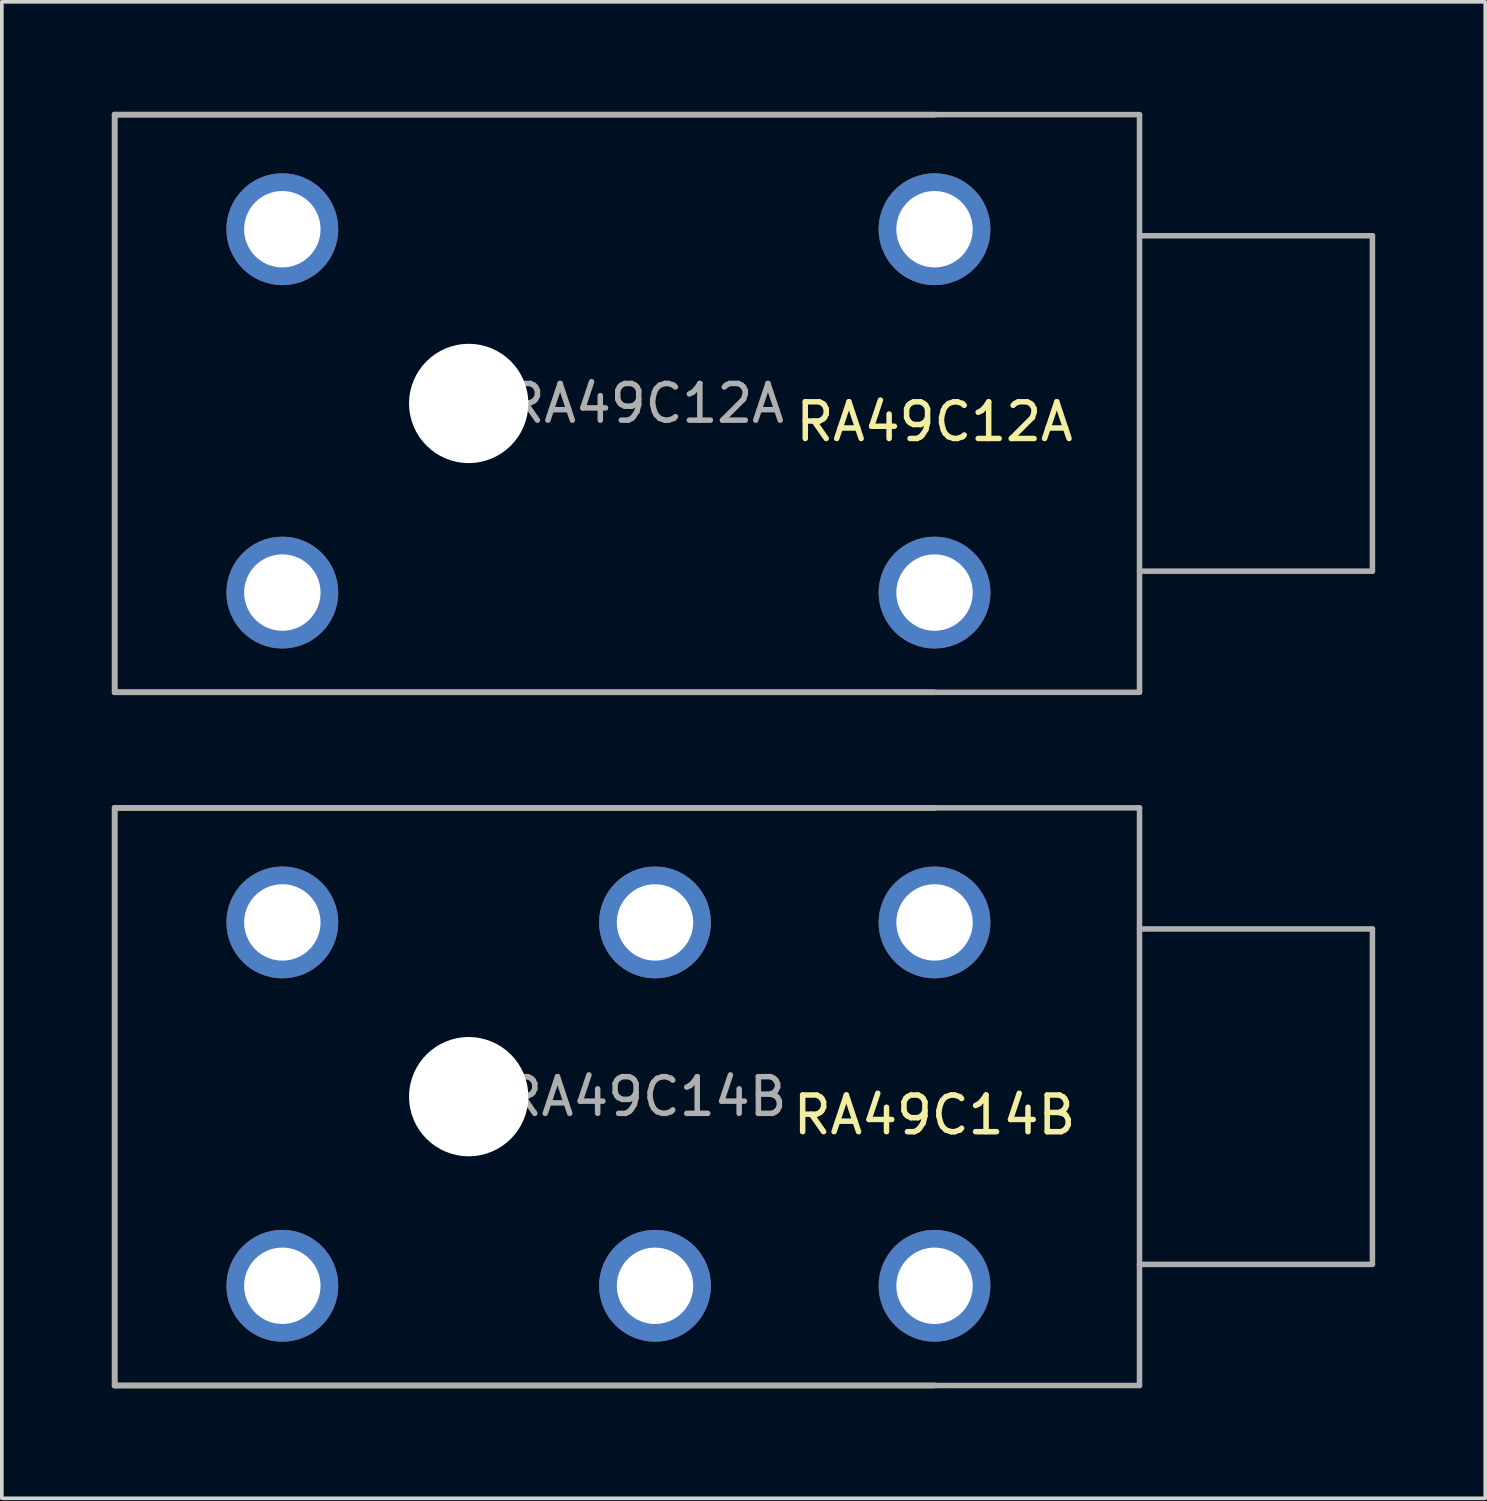
<source format=kicad_pcb>
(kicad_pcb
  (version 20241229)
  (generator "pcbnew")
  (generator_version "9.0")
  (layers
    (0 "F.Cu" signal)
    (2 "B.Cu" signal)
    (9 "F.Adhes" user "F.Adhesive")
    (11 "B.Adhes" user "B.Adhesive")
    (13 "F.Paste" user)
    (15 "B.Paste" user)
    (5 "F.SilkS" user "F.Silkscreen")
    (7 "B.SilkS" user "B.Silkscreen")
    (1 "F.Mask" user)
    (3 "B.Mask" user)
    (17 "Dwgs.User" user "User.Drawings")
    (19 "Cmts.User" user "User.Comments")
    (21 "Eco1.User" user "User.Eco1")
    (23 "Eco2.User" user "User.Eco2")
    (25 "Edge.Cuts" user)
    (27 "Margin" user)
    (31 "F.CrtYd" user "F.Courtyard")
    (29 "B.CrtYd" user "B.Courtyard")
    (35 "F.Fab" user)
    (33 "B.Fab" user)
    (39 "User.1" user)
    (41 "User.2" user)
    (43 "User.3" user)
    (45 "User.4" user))
  (footprint "RA49C14B"
    (layer "F.Cu")
    (at 22.427 26.847)
    (property "Reference" "RA49C14B" (at 0 0.5 0) (layer "F.SilkS") (effects (font (size 1 1) (thickness 0.15))))
    (attr through_hole)
    (fp_line (start -22.352 -7.874) (end -22.352 7.874) (stroke (width 0.15) (type solid)) (layer "F.SilkS"))
    (fp_line (start 0 -7.874) (end -22.352 -7.874) (stroke (width 0.15) (type solid)) (layer "F.SilkS"))
    (fp_line (start 0 7.874) (end -22.352 7.874) (stroke (width 0.15) (type solid)) (layer "F.SilkS"))
    (fp_line (start -22.352 -7.874) (end 5.588 -7.874) (stroke (width 0.15) (type solid)) (layer "F.Fab"))
    (fp_line (start -22.352 7.874) (end -22.352 -7.874) (stroke (width 0.15) (type solid)) (layer "F.Fab"))
    (fp_line (start 5.588 -7.874) (end 5.588 7.874) (stroke (width 0.15) (type solid)) (layer "F.Fab"))
    (fp_line (start 5.588 -4.572) (end 11.938 -4.572) (stroke (width 0.15) (type solid)) (layer "F.Fab"))
    (fp_line (start 5.588 4.572) (end 11.938 4.572) (stroke (width 0.15) (type solid)) (layer "F.Fab"))
    (fp_line (start 5.588 7.874) (end -22.352 7.874) (stroke (width 0.15) (type solid)) (layer "F.Fab"))
    (fp_line (start 11.938 4.572) (end 11.938 -4.572) (stroke (width 0.15) (type solid)) (layer "F.Fab"))
    (fp_text user "${REFERENCE}" (at -7.874 0 0) (layer "F.Fab") (effects (font (size 1 1) (thickness 0.15))))
    (pad "" np_thru_hole circle (at -12.7 0) (size 3.251 3.251) (drill 3.251) (layers "*.Cu" "*.Mask"))
    (pad "1" thru_hole circle (at -17.78 -4.75) (size 3.048 3.048) (drill 2.083) (layers "*.Cu" "*.Mask"))
    (pad "2" thru_hole circle (at -17.78 5.156) (size 3.048 3.048) (drill 2.083) (layers "*.Cu" "*.Mask"))
    (pad "3" thru_hole circle (at -7.62 -4.75) (size 3.048 3.048) (drill 2.083) (layers "*.Cu" "*.Mask"))
    (pad "4" thru_hole circle (at -7.62 5.156) (size 3.048 3.048) (drill 2.083) (layers "*.Cu" "*.Mask"))
    (pad "5" thru_hole circle (at 0 -4.75) (size 3.048 3.048) (drill 2.083) (layers "*.Cu" "*.Mask"))
    (pad "6" thru_hole circle (at 0 5.156) (size 3.048 3.048) (drill 2.083) (layers "*.Cu" "*.Mask")))
  (footprint "RA49C12A"
    (layer "F.Cu")
    (at 22.427 7.949)
    (property "Reference" "RA49C12A" (at 0 0.5 0) (layer "F.SilkS") (effects (font (size 1 1) (thickness 0.15))))
    (attr through_hole)
    (fp_line (start -22.352 -7.874) (end -22.352 7.874) (stroke (width 0.15) (type solid)) (layer "F.SilkS"))
    (fp_line (start 0 -7.874) (end -22.352 -7.874) (stroke (width 0.15) (type solid)) (layer "F.SilkS"))
    (fp_line (start 0 7.874) (end -22.352 7.874) (stroke (width 0.15) (type solid)) (layer "F.SilkS"))
    (fp_line (start -22.352 -7.874) (end 5.588 -7.874) (stroke (width 0.15) (type solid)) (layer "F.Fab"))
    (fp_line (start -22.352 7.874) (end -22.352 -7.874) (stroke (width 0.15) (type solid)) (layer "F.Fab"))
    (fp_line (start 5.588 -7.874) (end 5.588 7.874) (stroke (width 0.15) (type solid)) (layer "F.Fab"))
    (fp_line (start 5.588 -4.572) (end 11.938 -4.572) (stroke (width 0.15) (type solid)) (layer "F.Fab"))
    (fp_line (start 5.588 4.572) (end 11.938 4.572) (stroke (width 0.15) (type solid)) (layer "F.Fab"))
    (fp_line (start 5.588 7.874) (end -22.352 7.874) (stroke (width 0.15) (type solid)) (layer "F.Fab"))
    (fp_line (start 11.938 4.572) (end 11.938 -4.572) (stroke (width 0.15) (type solid)) (layer "F.Fab"))
    (fp_text user "${REFERENCE}" (at -7.874 0 0) (layer "F.Fab") (effects (font (size 1 1) (thickness 0.15))))
    (pad "" np_thru_hole circle (at -12.7 0) (size 3.251 3.251) (drill 3.251) (layers "*.Cu" "*.Mask"))
    (pad "1" thru_hole circle (at -17.78 -4.75) (size 3.048 3.048) (drill 2.083) (layers "*.Cu" "*.Mask"))
    (pad "2" thru_hole circle (at -17.78 5.156) (size 3.048 3.048) (drill 2.083) (layers "*.Cu" "*.Mask"))
    (pad "3" thru_hole circle (at 0 -4.75) (size 3.048 3.048) (drill 2.083) (layers "*.Cu" "*.Mask"))
    (pad "4" thru_hole circle (at 0 5.156) (size 3.048 3.048) (drill 2.083) (layers "*.Cu" "*.Mask")))
  (gr_rect
    (start -3 -3)
    (end 37.44 37.796)
    (stroke (width 0.1) (type default))
    (fill no)
    (layer "Edge.Cuts")))
</source>
